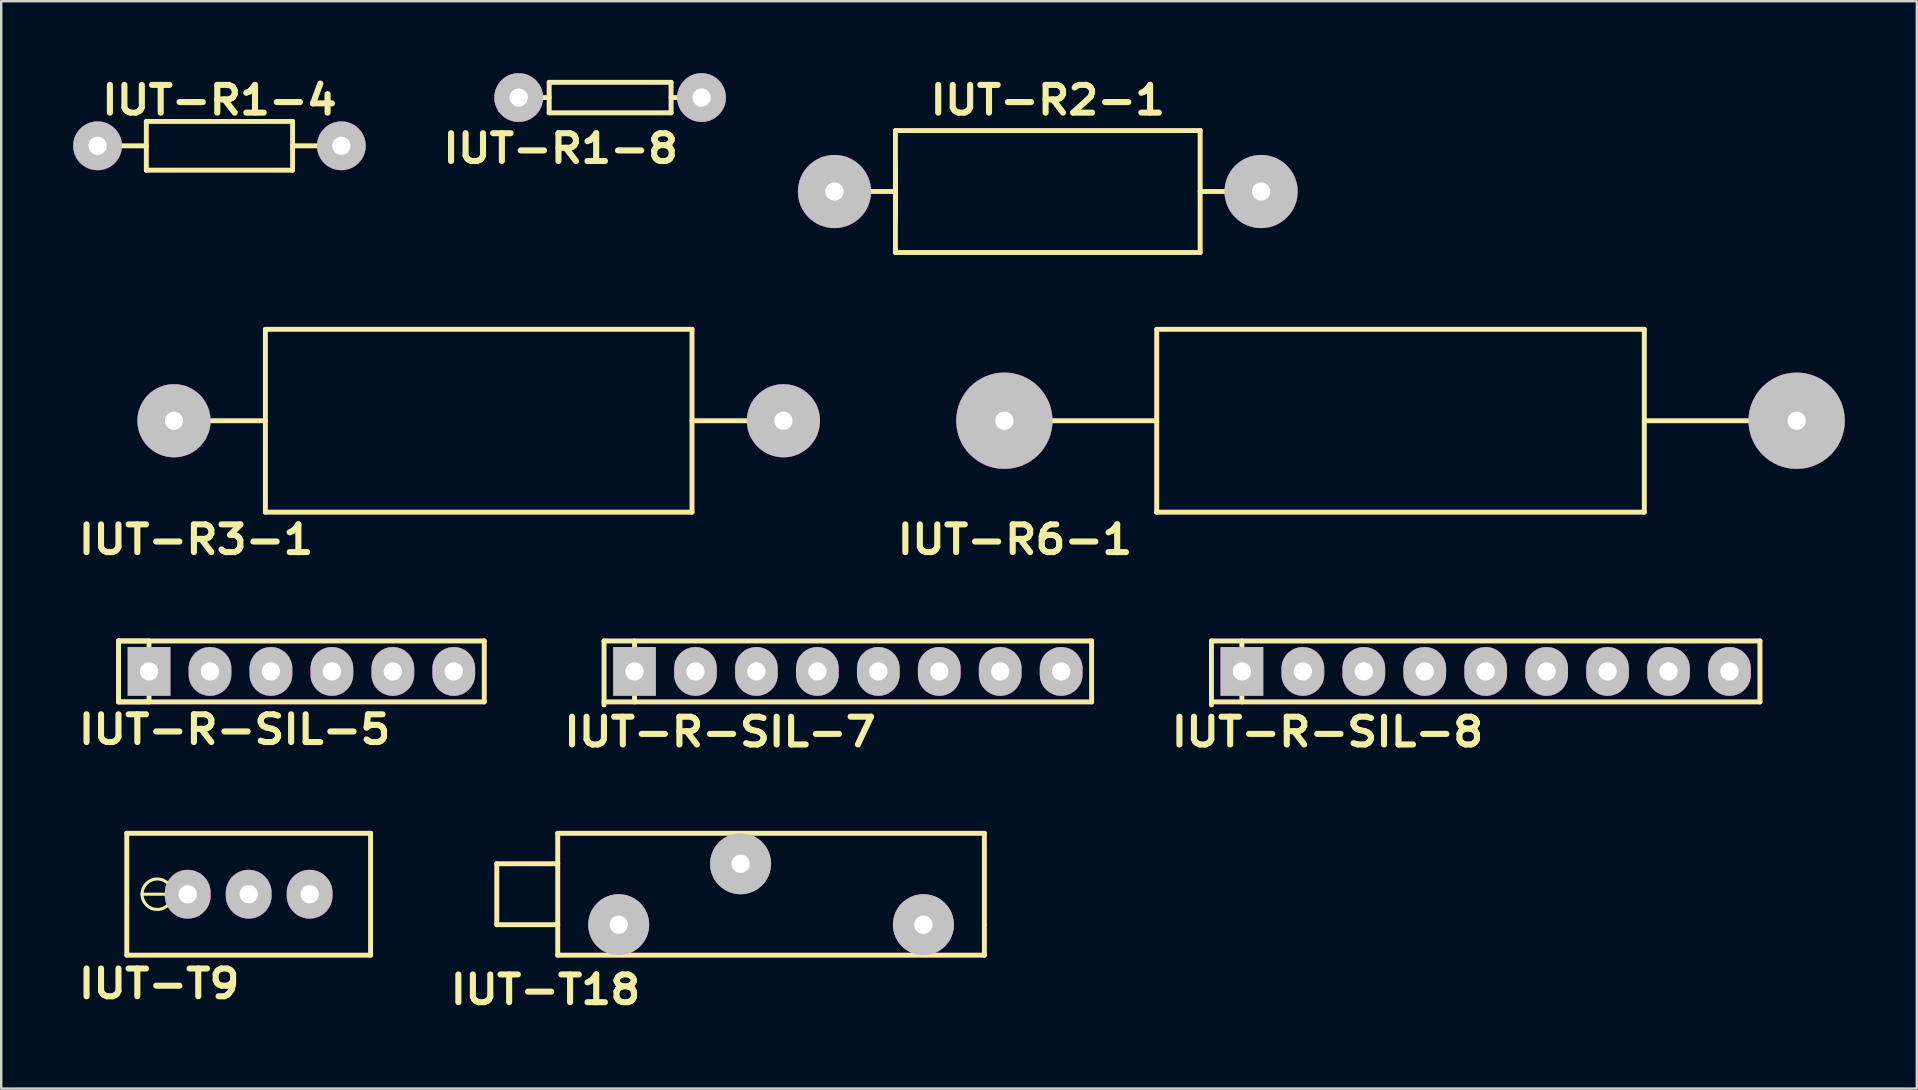
<source format=kicad_pcb>
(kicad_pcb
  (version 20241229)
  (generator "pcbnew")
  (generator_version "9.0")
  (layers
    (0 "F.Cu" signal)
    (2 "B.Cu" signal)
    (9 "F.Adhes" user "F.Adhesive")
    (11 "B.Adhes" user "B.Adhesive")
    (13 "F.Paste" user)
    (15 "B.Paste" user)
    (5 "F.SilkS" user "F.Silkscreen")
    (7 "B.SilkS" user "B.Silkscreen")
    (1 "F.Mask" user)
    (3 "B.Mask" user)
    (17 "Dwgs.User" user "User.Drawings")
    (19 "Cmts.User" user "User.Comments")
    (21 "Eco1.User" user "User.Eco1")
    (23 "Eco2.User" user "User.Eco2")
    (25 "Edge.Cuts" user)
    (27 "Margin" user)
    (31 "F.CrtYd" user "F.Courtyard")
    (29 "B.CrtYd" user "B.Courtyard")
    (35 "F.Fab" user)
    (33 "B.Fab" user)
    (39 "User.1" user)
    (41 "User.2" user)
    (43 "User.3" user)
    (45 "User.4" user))
  (footprint "IUT-R3-1"
    (layer "F.Cu")
    (at 4.2 14.485)
    (property "Reference" "IUT-R3-1" (at 0.922 4.953 0) (layer "F.SilkS") (effects (font (size 1.156 1.27) (thickness 0.254))))
    (attr through_hole)
    (fp_line (start 0 0) (end 3.81 0) (stroke (width 0.203) (type solid)) (layer "F.SilkS"))
    (fp_line (start 3.81 -3.81) (end 21.59 -3.81) (stroke (width 0.203) (type solid)) (layer "F.SilkS"))
    (fp_line (start 3.81 0) (end 3.81 -3.81) (stroke (width 0.203) (type solid)) (layer "F.SilkS"))
    (fp_line (start 3.81 3.81) (end 3.81 0) (stroke (width 0.203) (type solid)) (layer "F.SilkS"))
    (fp_line (start 21.59 -3.81) (end 21.59 3.81) (stroke (width 0.203) (type solid)) (layer "F.SilkS"))
    (fp_line (start 21.59 0) (end 25.4 0) (stroke (width 0.203) (type solid)) (layer "F.SilkS"))
    (fp_line (start 21.59 3.81) (end 3.81 3.81) (stroke (width 0.203) (type solid)) (layer "F.SilkS"))
    (fp_line (start 0 0) (end 3.81 0) (stroke (width 0.203) (type solid)) (layer "F.Adhes"))
    (fp_line (start 3.81 -3.81) (end 21.59 -3.81) (stroke (width 0.203) (type solid)) (layer "F.Adhes"))
    (fp_line (start 3.81 0) (end 3.81 -3.81) (stroke (width 0.203) (type solid)) (layer "F.Adhes"))
    (fp_line (start 3.81 3.81) (end 3.81 0) (stroke (width 0.203) (type solid)) (layer "F.Adhes"))
    (fp_line (start 21.59 -3.81) (end 21.59 3.81) (stroke (width 0.203) (type solid)) (layer "F.Adhes"))
    (fp_line (start 21.59 0) (end 25.4 0) (stroke (width 0.203) (type solid)) (layer "F.Adhes"))
    (fp_line (start 21.59 3.81) (end 3.81 3.81) (stroke (width 0.203) (type solid)) (layer "F.Adhes"))
    (pad "1" thru_hole circle (at 0 0) (size 3.048 3.048) (drill 0.762) (layers "*.Cu" "*.Adhes" "*.Mask" "Dwgs.User" "Eco1.User" "Eco2.User"))
    (pad "2" thru_hole circle (at 25.4 0) (size 3.048 3.048) (drill 0.762) (layers "*.Cu" "*.Adhes" "*.Mask" "Dwgs.User" "Eco1.User" "Eco2.User")))
  (footprint "IUT-R1-8"
    (layer "F.Cu")
    (at 18.567 1.016)
    (property "Reference" "IUT-R1-8" (at 1.748 2.121 0) (layer "F.SilkS") (effects (font (size 1.156 1.27) (thickness 0.254))))
    (attr through_hole)
    (fp_line (start 0 0) (end 1.27 0) (stroke (width 0.203) (type solid)) (layer "F.SilkS"))
    (fp_line (start 1.27 -0.635) (end 1.27 0.635) (stroke (width 0.203) (type solid)) (layer "F.SilkS"))
    (fp_line (start 1.27 0.635) (end 6.35 0.635) (stroke (width 0.203) (type solid)) (layer "F.SilkS"))
    (fp_line (start 6.35 -0.635) (end 1.27 -0.635) (stroke (width 0.203) (type solid)) (layer "F.SilkS"))
    (fp_line (start 6.35 0.635) (end 6.35 -0.635) (stroke (width 0.203) (type solid)) (layer "F.SilkS"))
    (fp_line (start 7.62 0) (end 6.35 0) (stroke (width 0.203) (type solid)) (layer "F.SilkS"))
    (fp_line (start 0 0) (end 1.27 0) (stroke (width 0.203) (type solid)) (layer "F.Adhes"))
    (fp_line (start 1.27 -0.635) (end 1.27 0.635) (stroke (width 0.203) (type solid)) (layer "F.Adhes"))
    (fp_line (start 1.27 0.635) (end 6.35 0.635) (stroke (width 0.203) (type solid)) (layer "F.Adhes"))
    (fp_line (start 6.35 -0.635) (end 1.27 -0.635) (stroke (width 0.203) (type solid)) (layer "F.Adhes"))
    (fp_line (start 6.35 0.635) (end 6.35 -0.635) (stroke (width 0.203) (type solid)) (layer "F.Adhes"))
    (fp_line (start 7.62 0) (end 6.35 0) (stroke (width 0.203) (type solid)) (layer "F.Adhes"))
    (pad "1" thru_hole circle (at 0 0) (size 2.032 2.032) (drill 0.762) (layers "*.Cu" "*.Adhes" "*.Mask" "Dwgs.User" "Eco1.User" "Eco2.User"))
    (pad "2" thru_hole circle (at 7.62 0) (size 2.032 2.032) (drill 0.762) (layers "*.Cu" "*.Adhes" "*.Mask" "Dwgs.User" "Eco1.User" "Eco2.User")))
  (footprint "IUT-R-SIL-8"
    (layer "F.Cu")
    (at 48.707 24.932)
    (property "Reference" "IUT-R-SIL-8" (at 3.564 2.522 0) (layer "F.SilkS") (effects (font (size 1.156 1.27) (thickness 0.254))))
    (attr through_hole)
    (fp_line (start -1.27 -1.27) (end 21.59 -1.27) (stroke (width 0.203) (type solid)) (layer "F.SilkS"))
    (fp_line (start -1.27 1.397) (end -1.27 -1.27) (stroke (width 0.203) (type solid)) (layer "F.SilkS"))
    (fp_line (start 0 -1.27) (end 0 1.27) (stroke (width 0.203) (type solid)) (layer "F.SilkS"))
    (fp_line (start 21.59 -1.27) (end 21.59 1.27) (stroke (width 0.203) (type solid)) (layer "F.SilkS"))
    (fp_line (start 21.59 1.27) (end -1.27 1.27) (stroke (width 0.203) (type solid)) (layer "F.SilkS"))
    (fp_line (start -1.27 -1.27) (end 21.59 -1.27) (stroke (width 0.203) (type solid)) (layer "F.Adhes"))
    (fp_line (start -1.27 1.397) (end -1.27 -1.27) (stroke (width 0.203) (type solid)) (layer "F.Adhes"))
    (fp_line (start 0 -1.27) (end 0 1.27) (stroke (width 0.203) (type solid)) (layer "F.Adhes"))
    (fp_line (start 21.59 -1.27) (end 21.59 1.27) (stroke (width 0.203) (type solid)) (layer "F.Adhes"))
    (fp_line (start 21.59 1.27) (end -1.27 1.27) (stroke (width 0.203) (type solid)) (layer "F.Adhes"))
    (pad "1" thru_hole rect (at 0 0 90) (size 2.032 1.778) (drill 0.762) (layers "*.Cu" "*.Adhes" "*.Mask" "Dwgs.User" "Eco1.User" "Eco2.User"))
    (pad "2" thru_hole oval (at 2.54 0 90) (size 2.032 1.778) (drill 0.762) (layers "*.Cu" "*.Adhes" "*.Mask" "Dwgs.User" "Eco1.User" "Eco2.User"))
    (pad "3" thru_hole oval (at 5.08 0 90) (size 2.032 1.778) (drill 0.762) (layers "*.Cu" "*.Adhes" "*.Mask" "Dwgs.User" "Eco1.User" "Eco2.User"))
    (pad "4" thru_hole oval (at 7.62 0 90) (size 2.032 1.778) (drill 0.762) (layers "*.Cu" "*.Adhes" "*.Mask" "Dwgs.User" "Eco1.User" "Eco2.User"))
    (pad "5" thru_hole oval (at 10.16 0 90) (size 2.032 1.778) (drill 0.762) (layers "*.Cu" "*.Adhes" "*.Mask" "Dwgs.User" "Eco1.User" "Eco2.User"))
    (pad "6" thru_hole oval (at 12.7 0 90) (size 2.032 1.778) (drill 0.762) (layers "*.Cu" "*.Adhes" "*.Mask" "Dwgs.User" "Eco1.User" "Eco2.User"))
    (pad "7" thru_hole oval (at 15.24 0 90) (size 2.032 1.778) (drill 0.762) (layers "*.Cu" "*.Adhes" "*.Mask" "Dwgs.User" "Eco1.User" "Eco2.User"))
    (pad "8" thru_hole oval (at 17.78 0 90) (size 2.032 1.778) (drill 0.762) (layers "*.Cu" "*.Adhes" "*.Mask" "Dwgs.User" "Eco1.User" "Eco2.User"))
    (pad "9" thru_hole oval (at 20.32 0 90) (size 2.032 1.778) (drill 0.762) (layers "*.Cu" "*.Adhes" "*.Mask" "Dwgs.User" "Eco1.User" "Eco2.User")))
  (footprint "IUT-T9"
    (layer "F.Cu")
    (at 4.774 34.217)
    (property "Reference" "IUT-T9" (at -1.194 3.731 0) (layer "F.SilkS") (effects (font (size 1.156 1.27) (thickness 0.254))))
    (attr through_hole)
    (fp_line (start -2.54 -2.54) (end -2.54 2.54) (stroke (width 0.203) (type solid)) (layer "F.SilkS"))
    (fp_line (start -2.54 2.54) (end 7.62 2.54) (stroke (width 0.203) (type solid)) (layer "F.SilkS"))
    (fp_line (start -1.905 0) (end -0.635 0) (stroke (width 0.127) (type solid)) (layer "F.SilkS"))
    (fp_line (start 7.62 -2.54) (end -2.54 -2.54) (stroke (width 0.203) (type solid)) (layer "F.SilkS"))
    (fp_line (start 7.62 2.54) (end 7.62 -2.54) (stroke (width 0.203) (type solid)) (layer "F.SilkS"))
    (fp_circle (center -1.27 0) (end -0.635 0) (stroke (width 0.127) (type solid)) (fill no) (layer "F.SilkS"))
    (fp_line (start -2.54 -2.54) (end -2.54 2.54) (stroke (width 0.203) (type solid)) (layer "F.Adhes"))
    (fp_line (start -2.54 2.54) (end -1.27 2.54) (stroke (width 0.203) (type solid)) (layer "F.Adhes"))
    (fp_line (start -1.27 2.54) (end 7.62 2.54) (stroke (width 0.203) (type solid)) (layer "F.Adhes"))
    (fp_line (start 7.62 -2.54) (end -2.54 -2.54) (stroke (width 0.203) (type solid)) (layer "F.Adhes"))
    (fp_line (start 7.62 2.54) (end 7.62 -2.54) (stroke (width 0.203) (type solid)) (layer "F.Adhes"))
    (pad "1" thru_hole oval (at 0 0 90) (size 2.032 1.905) (drill 0.762) (layers "*.Adhes" "*.Mask" "B.Cu" "Dwgs.User" "Eco1.User" "Eco2.User"))
    (pad "2" thru_hole oval (at 2.54 0 90) (size 2.032 1.905) (drill 0.762) (layers "*.Adhes" "*.Mask" "B.Cu" "Dwgs.User" "Eco1.User" "Eco2.User"))
    (pad "3" thru_hole oval (at 5.08 0 90) (size 2.032 1.905) (drill 0.762) (layers "*.Adhes" "*.Mask" "B.Cu" "Dwgs.User" "Eco1.User" "Eco2.User")))
  (footprint "IUT-R6-1"
    (layer "F.Cu")
    (at 38.807 14.485)
    (property "Reference" "IUT-R6-1" (at 0.439 4.953 0) (layer "F.SilkS") (effects (font (size 1.156 1.27) (thickness 0.254))))
    (attr through_hole)
    (fp_line (start 6.35 -3.81) (end 6.35 3.81) (stroke (width 0.203) (type solid)) (layer "F.SilkS"))
    (fp_line (start 6.35 0) (end 0 0) (stroke (width 0.203) (type solid)) (layer "F.SilkS"))
    (fp_line (start 6.35 3.81) (end 26.67 3.81) (stroke (width 0.203) (type solid)) (layer "F.SilkS"))
    (fp_line (start 26.67 -3.81) (end 6.35 -3.81) (stroke (width 0.203) (type solid)) (layer "F.SilkS"))
    (fp_line (start 26.67 0) (end 33.02 0) (stroke (width 0.203) (type solid)) (layer "F.SilkS"))
    (fp_line (start 26.67 3.81) (end 26.67 -3.81) (stroke (width 0.203) (type solid)) (layer "F.SilkS"))
    (fp_line (start 6.35 -3.81) (end 6.35 3.81) (stroke (width 0.203) (type solid)) (layer "F.Adhes"))
    (fp_line (start 6.35 0) (end 0 0) (stroke (width 0.203) (type solid)) (layer "F.Adhes"))
    (fp_line (start 6.35 3.81) (end 26.67 3.81) (stroke (width 0.203) (type solid)) (layer "F.Adhes"))
    (fp_line (start 26.67 -3.81) (end 6.35 -3.81) (stroke (width 0.203) (type solid)) (layer "F.Adhes"))
    (fp_line (start 26.67 0) (end 33.02 0) (stroke (width 0.203) (type solid)) (layer "F.Adhes"))
    (fp_line (start 26.67 3.81) (end 26.67 -3.81) (stroke (width 0.203) (type solid)) (layer "F.Adhes"))
    (pad "1" thru_hole circle (at 0 0) (size 4.013 4.013) (drill 0.762) (layers "*.Cu" "*.Adhes" "*.Mask" "Dwgs.User" "Eco1.User" "Eco2.User"))
    (pad "2" thru_hole circle (at 33.02 0) (size 4.013 4.013) (drill 0.762) (layers "*.Cu" "*.Adhes" "*.Mask" "Dwgs.User" "Eco1.User" "Eco2.User")))
  (footprint "IUT-R1-4"
    (layer "F.Cu")
    (at 1.016 3.027)
    (property "Reference" "IUT-R1-4" (at 5.08 -1.905 0) (layer "F.SilkS") (effects (font (size 1.156 1.27) (thickness 0.254))))
    (attr through_hole)
    (fp_line (start 2.032 -1.016) (end 8.128 -1.016) (stroke (width 0.203) (type solid)) (layer "F.SilkS"))
    (fp_line (start 2.032 0) (end 0 0) (stroke (width 0.203) (type solid)) (layer "F.SilkS"))
    (fp_line (start 2.032 1.016) (end 2.032 -1.016) (stroke (width 0.203) (type solid)) (layer "F.SilkS"))
    (fp_line (start 8.128 -1.016) (end 8.128 1.016) (stroke (width 0.203) (type solid)) (layer "F.SilkS"))
    (fp_line (start 8.128 0) (end 10.16 0) (stroke (width 0.203) (type solid)) (layer "F.SilkS"))
    (fp_line (start 8.128 1.016) (end 2.032 1.016) (stroke (width 0.203) (type solid)) (layer "F.SilkS"))
    (fp_line (start 2.032 -1.016) (end 8.128 -1.016) (stroke (width 0.203) (type solid)) (layer "F.Adhes"))
    (fp_line (start 2.032 0) (end 0 0) (stroke (width 0.203) (type solid)) (layer "F.Adhes"))
    (fp_line (start 2.032 1.016) (end 2.032 -1.016) (stroke (width 0.203) (type solid)) (layer "F.Adhes"))
    (fp_line (start 8.128 -1.016) (end 8.128 1.016) (stroke (width 0.203) (type solid)) (layer "F.Adhes"))
    (fp_line (start 8.128 0) (end 10.16 0) (stroke (width 0.203) (type solid)) (layer "F.Adhes"))
    (fp_line (start 8.128 1.016) (end 2.032 1.016) (stroke (width 0.203) (type solid)) (layer "F.Adhes"))
    (pad "1" thru_hole circle (at 0 0) (size 2.032 2.032) (drill 0.762) (layers "*.Cu" "*.Adhes" "*.Mask" "Dwgs.User" "Eco1.User" "Eco2.User"))
    (pad "2" thru_hole circle (at 10.16 0) (size 2.032 2.032) (drill 0.762) (layers "*.Cu" "*.Adhes" "*.Mask" "Dwgs.User" "Eco1.User" "Eco2.User")))
  (footprint "IUT-R2-1"
    (layer "F.Cu")
    (at 31.727 4.932)
    (property "Reference" "IUT-R2-1" (at 8.89 -3.81 0) (layer "F.SilkS") (effects (font (size 1.156 1.27) (thickness 0.254))))
    (attr through_hole)
    (fp_line (start 0 0) (end 2.54 0) (stroke (width 0.203) (type solid)) (layer "F.SilkS"))
    (fp_line (start 2.54 -2.54) (end 2.54 2.54) (stroke (width 0.203) (type solid)) (layer "F.SilkS"))
    (fp_line (start 2.54 0) (end 2.54 -1.27) (stroke (width 0.203) (type solid)) (layer "F.SilkS"))
    (fp_line (start 2.54 1.27) (end 2.54 0) (stroke (width 0.203) (type solid)) (layer "F.SilkS"))
    (fp_line (start 2.54 2.54) (end 15.24 2.54) (stroke (width 0.203) (type solid)) (layer "F.SilkS"))
    (fp_line (start 15.24 -2.54) (end 2.54 -2.54) (stroke (width 0.203) (type solid)) (layer "F.SilkS"))
    (fp_line (start 15.24 0) (end 17.78 0) (stroke (width 0.203) (type solid)) (layer "F.SilkS"))
    (fp_line (start 15.24 2.54) (end 15.24 -2.54) (stroke (width 0.203) (type solid)) (layer "F.SilkS"))
    (fp_line (start 0 0) (end 2.54 0) (stroke (width 0.203) (type solid)) (layer "F.Adhes"))
    (fp_line (start 2.54 -2.54) (end 2.54 2.54) (stroke (width 0.203) (type solid)) (layer "F.Adhes"))
    (fp_line (start 2.54 0) (end 2.54 -1.27) (stroke (width 0.203) (type solid)) (layer "F.Adhes"))
    (fp_line (start 2.54 1.27) (end 2.54 0) (stroke (width 0.203) (type solid)) (layer "F.Adhes"))
    (fp_line (start 2.54 2.54) (end 15.24 2.54) (stroke (width 0.203) (type solid)) (layer "F.Adhes"))
    (fp_line (start 15.24 -2.54) (end 2.54 -2.54) (stroke (width 0.203) (type solid)) (layer "F.Adhes"))
    (fp_line (start 15.24 0) (end 17.78 0) (stroke (width 0.203) (type solid)) (layer "F.Adhes"))
    (fp_line (start 15.24 2.54) (end 15.24 -2.54) (stroke (width 0.203) (type solid)) (layer "F.Adhes"))
    (pad "1" thru_hole circle (at 0 0) (size 3.048 3.048) (drill 0.762) (layers "*.Cu" "*.Adhes" "*.Mask" "Dwgs.User" "Eco1.User" "Eco2.User"))
    (pad "2" thru_hole circle (at 17.78 0) (size 3.048 3.048) (drill 0.762) (layers "*.Cu" "*.Adhes" "*.Mask" "Dwgs.User" "Eco1.User" "Eco2.User")))
  (footprint "IUT-R-SIL-7"
    (layer "F.Cu")
    (at 23.394 24.932)
    (property "Reference" "IUT-R-SIL-7" (at 3.564 2.522 0) (layer "F.SilkS") (effects (font (size 1.156 1.27) (thickness 0.254))))
    (attr through_hole)
    (fp_line (start -1.27 -1.27) (end 19.05 -1.27) (stroke (width 0.203) (type solid)) (layer "F.SilkS"))
    (fp_line (start -1.27 1.397) (end -1.27 -1.27) (stroke (width 0.203) (type solid)) (layer "F.SilkS"))
    (fp_line (start 0 -1.27) (end 0 1.27) (stroke (width 0.203) (type solid)) (layer "F.SilkS"))
    (fp_line (start 19.05 -1.27) (end 19.05 1.27) (stroke (width 0.203) (type solid)) (layer "F.SilkS"))
    (fp_line (start 19.05 1.27) (end -1.27 1.27) (stroke (width 0.203) (type solid)) (layer "F.SilkS"))
    (fp_line (start -1.27 -1.27) (end 19.05 -1.27) (stroke (width 0.203) (type solid)) (layer "F.Adhes"))
    (fp_line (start -1.27 1.397) (end -1.27 -1.27) (stroke (width 0.203) (type solid)) (layer "F.Adhes"))
    (fp_line (start 0 -1.27) (end 0 1.27) (stroke (width 0.203) (type solid)) (layer "F.Adhes"))
    (fp_line (start 19.05 -1.27) (end 19.05 1.27) (stroke (width 0.203) (type solid)) (layer "F.Adhes"))
    (fp_line (start 19.05 1.27) (end -1.27 1.27) (stroke (width 0.203) (type solid)) (layer "F.Adhes"))
    (pad "1" thru_hole rect (at 0 0 90) (size 2.032 1.778) (drill 0.762) (layers "*.Cu" "*.Adhes" "*.Mask" "Dwgs.User" "Eco1.User" "Eco2.User"))
    (pad "2" thru_hole oval (at 2.54 0 90) (size 2.032 1.778) (drill 0.762) (layers "*.Cu" "*.Adhes" "*.Mask" "Dwgs.User" "Eco1.User" "Eco2.User"))
    (pad "3" thru_hole oval (at 5.08 0 90) (size 2.032 1.778) (drill 0.762) (layers "*.Cu" "*.Adhes" "*.Mask" "Dwgs.User" "Eco1.User" "Eco2.User"))
    (pad "4" thru_hole oval (at 7.62 0 90) (size 2.032 1.778) (drill 0.762) (layers "*.Cu" "*.Adhes" "*.Mask" "Dwgs.User" "Eco1.User" "Eco2.User"))
    (pad "5" thru_hole oval (at 10.16 0 90) (size 2.032 1.778) (drill 0.762) (layers "*.Cu" "*.Adhes" "*.Mask" "Dwgs.User" "Eco1.User" "Eco2.User"))
    (pad "6" thru_hole oval (at 12.7 0 90) (size 2.032 1.778) (drill 0.762) (layers "*.Cu" "*.Adhes" "*.Mask" "Dwgs.User" "Eco1.User" "Eco2.User"))
    (pad "7" thru_hole oval (at 15.24 0 90) (size 2.032 1.778) (drill 0.762) (layers "*.Cu" "*.Adhes" "*.Mask" "Dwgs.User" "Eco1.User" "Eco2.User"))
    (pad "8" thru_hole oval (at 17.78 0 90) (size 2.032 1.778) (drill 0.762) (layers "*.Cu" "*.Adhes" "*.Mask" "Dwgs.User" "Eco1.User" "Eco2.User")))
  (footprint "IUT-T18"
    (layer "F.Cu")
    (at 22.734 35.487)
    (property "Reference" "IUT-T18" (at -3.053 2.708 0) (layer "F.SilkS") (effects (font (size 1.156 1.27) (thickness 0.254))))
    (attr through_hole)
    (fp_line (start -5.08 -2.54) (end -5.08 0) (stroke (width 0.203) (type solid)) (layer "F.SilkS"))
    (fp_line (start -5.08 0) (end -2.54 0) (stroke (width 0.203) (type solid)) (layer "F.SilkS"))
    (fp_line (start -2.54 -3.81) (end 15.24 -3.81) (stroke (width 0.203) (type solid)) (layer "F.SilkS"))
    (fp_line (start -2.54 -2.54) (end -5.08 -2.54) (stroke (width 0.203) (type solid)) (layer "F.SilkS"))
    (fp_line (start -2.54 1.27) (end -2.54 -3.81) (stroke (width 0.203) (type solid)) (layer "F.SilkS"))
    (fp_line (start 15.24 -3.81) (end 15.24 0) (stroke (width 0.203) (type solid)) (layer "F.SilkS"))
    (fp_line (start 15.24 0) (end 15.24 1.27) (stroke (width 0.203) (type solid)) (layer "F.SilkS"))
    (fp_line (start 15.24 1.27) (end -2.54 1.27) (stroke (width 0.203) (type solid)) (layer "F.SilkS"))
    (fp_line (start -5.08 -2.54) (end -5.08 0) (stroke (width 0.203) (type solid)) (layer "F.Adhes"))
    (fp_line (start -5.08 0) (end -2.54 0) (stroke (width 0.203) (type solid)) (layer "F.Adhes"))
    (fp_line (start -2.54 -3.81) (end 15.24 -3.81) (stroke (width 0.203) (type solid)) (layer "F.Adhes"))
    (fp_line (start -2.54 -2.54) (end -5.08 -2.54) (stroke (width 0.203) (type solid)) (layer "F.Adhes"))
    (fp_line (start -2.54 1.27) (end -2.54 -3.81) (stroke (width 0.203) (type solid)) (layer "F.Adhes"))
    (fp_line (start 15.24 -3.81) (end 15.24 0) (stroke (width 0.203) (type solid)) (layer "F.Adhes"))
    (fp_line (start 15.24 0) (end 15.24 1.27) (stroke (width 0.203) (type solid)) (layer "F.Adhes"))
    (fp_line (start 15.24 1.27) (end -2.54 1.27) (stroke (width 0.203) (type solid)) (layer "F.Adhes"))
    (pad "1" thru_hole circle (at 0 0) (size 2.54 2.54) (drill 0.762) (layers "B.Cu" "B.Mask" "B.Adhes" "Dwgs.User" "Eco1.User" "Eco2.User"))
    (pad "2" thru_hole circle (at 5.08 -2.54) (size 2.54 2.54) (drill 0.762) (layers "B.Cu" "B.Mask" "B.Adhes" "Dwgs.User" "Eco1.User" "Eco2.User"))
    (pad "3" thru_hole circle (at 12.7 0) (size 2.54 2.54) (drill 0.762) (layers "B.Cu" "B.Mask" "B.Adhes" "Dwgs.User" "Eco1.User" "Eco2.User")))
  (footprint "IUT-R-SIL-5"
    (layer "F.Cu")
    (at 5.701 24.932)
    (property "Reference" "IUT-R-SIL-5" (at 1.024 2.421 0) (layer "F.SilkS") (effects (font (size 1.156 1.27) (thickness 0.254))))
    (attr through_hole)
    (fp_line (start -3.81 -1.27) (end -3.81 1.27) (stroke (width 0.203) (type solid)) (layer "F.SilkS"))
    (fp_line (start -3.81 -1.27) (end 11.43 -1.27) (stroke (width 0.203) (type solid)) (layer "F.SilkS"))
    (fp_line (start -3.81 1.27) (end -3.81 -1.27) (stroke (width 0.203) (type solid)) (layer "F.SilkS"))
    (fp_line (start -3.81 1.27) (end -2.54 1.27) (stroke (width 0.203) (type solid)) (layer "F.SilkS"))
    (fp_line (start -2.54 -1.27) (end -3.81 -1.27) (stroke (width 0.203) (type solid)) (layer "F.SilkS"))
    (fp_line (start -2.54 1.27) (end -2.54 -1.27) (stroke (width 0.203) (type solid)) (layer "F.SilkS"))
    (fp_line (start 11.43 -1.27) (end 11.43 1.27) (stroke (width 0.203) (type solid)) (layer "F.SilkS"))
    (fp_line (start 11.43 1.27) (end -3.81 1.27) (stroke (width 0.203) (type solid)) (layer "F.SilkS"))
    (fp_line (start -3.81 -1.27) (end 11.43 -1.27) (stroke (width 0.203) (type solid)) (layer "F.Adhes"))
    (fp_line (start -3.81 1.27) (end -3.81 -1.27) (stroke (width 0.203) (type solid)) (layer "F.Adhes"))
    (fp_line (start 11.43 -1.27) (end 11.43 1.27) (stroke (width 0.203) (type solid)) (layer "F.Adhes"))
    (fp_line (start 11.43 1.27) (end -3.81 1.27) (stroke (width 0.203) (type solid)) (layer "F.Adhes"))
    (pad "1" thru_hole rect (at -2.54 0 90) (size 2.032 1.778) (drill 0.762) (layers "*.Cu" "*.Adhes" "*.Mask" "Dwgs.User" "Eco1.User" "Eco2.User"))
    (pad "2" thru_hole oval (at 0 0 90) (size 2.032 1.778) (drill 0.762) (layers "*.Cu" "*.Adhes" "*.Mask" "Dwgs.User" "Eco1.User" "Eco2.User"))
    (pad "3" thru_hole oval (at 2.54 0 90) (size 2.032 1.778) (drill 0.762) (layers "*.Cu" "*.Adhes" "*.Mask" "Dwgs.User" "Eco1.User" "Eco2.User"))
    (pad "4" thru_hole oval (at 5.08 0 90) (size 2.032 1.778) (drill 0.762) (layers "*.Cu" "*.Adhes" "*.Mask" "Dwgs.User" "Eco1.User" "Eco2.User"))
    (pad "5" thru_hole oval (at 7.62 0 90) (size 2.032 1.778) (drill 0.762) (layers "*.Cu" "*.Adhes" "*.Mask" "Dwgs.User" "Eco1.User" "Eco2.User"))
    (pad "6" thru_hole oval (at 10.16 0 90) (size 2.032 1.778) (drill 0.762) (layers "*.Cu" "*.Adhes" "*.Mask" "Dwgs.User" "Eco1.User" "Eco2.User")))
  (gr_rect
    (start -3 -3)
    (end 76.834 42.317)
    (stroke (width 0.1) (type default))
    (fill no)
    (layer "Edge.Cuts")))
</source>
